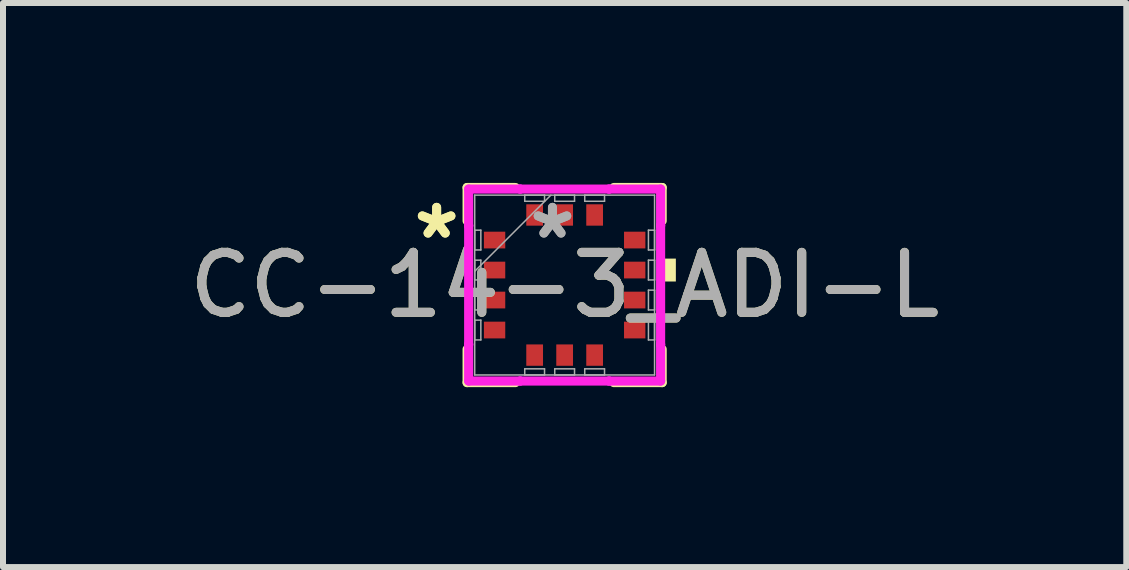
<source format=kicad_pcb>
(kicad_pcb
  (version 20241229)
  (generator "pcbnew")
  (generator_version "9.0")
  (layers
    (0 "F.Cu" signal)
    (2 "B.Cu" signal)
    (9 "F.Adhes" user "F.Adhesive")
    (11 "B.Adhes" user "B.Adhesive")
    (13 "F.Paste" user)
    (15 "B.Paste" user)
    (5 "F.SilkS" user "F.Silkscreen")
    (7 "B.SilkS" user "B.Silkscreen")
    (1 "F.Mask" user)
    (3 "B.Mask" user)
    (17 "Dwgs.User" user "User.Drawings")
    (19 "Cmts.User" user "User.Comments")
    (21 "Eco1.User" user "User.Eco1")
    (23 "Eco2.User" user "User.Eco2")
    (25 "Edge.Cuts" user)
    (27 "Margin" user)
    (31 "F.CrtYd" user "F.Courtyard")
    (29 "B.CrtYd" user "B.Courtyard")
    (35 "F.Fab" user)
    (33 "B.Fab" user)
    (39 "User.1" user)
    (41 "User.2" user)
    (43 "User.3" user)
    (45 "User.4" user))
  (footprint "CC-14-3_ADI-L"
    (layer "F.Cu")
    (at 6.363 1.702)
    (property "Reference" "CC-14-3_ADI-L" (at 0 0 0) (unlocked yes) (layer "F.SilkS") (effects (font (size 1 1) (thickness 0.15))))
    (attr smd)
    (fp_line (start -1.626 -1.626) (end -1.626 -1.07) (stroke (width 0.152) (type solid)) (layer "F.SilkS"))
    (fp_line (start -1.626 1.07) (end -1.626 1.626) (stroke (width 0.152) (type solid)) (layer "F.SilkS"))
    (fp_line (start -1.626 1.626) (end -0.82 1.626) (stroke (width 0.152) (type solid)) (layer "F.SilkS"))
    (fp_line (start -0.82 -1.626) (end -1.626 -1.626) (stroke (width 0.152) (type solid)) (layer "F.SilkS"))
    (fp_line (start 0.82 1.626) (end 1.626 1.626) (stroke (width 0.152) (type solid)) (layer "F.SilkS"))
    (fp_line (start 1.626 -1.626) (end 0.82 -1.626) (stroke (width 0.152) (type solid)) (layer "F.SilkS"))
    (fp_line (start 1.626 -1.07) (end 1.626 -1.626) (stroke (width 0.152) (type solid)) (layer "F.SilkS"))
    (fp_line (start 1.626 1.626) (end 1.626 1.07) (stroke (width 0.152) (type solid)) (layer "F.SilkS"))
    (fp_poly (pts (xy 1.854 -0.441) (xy 1.854 -0.059) (xy 1.6 -0.059) (xy 1.6 -0.441)) (stroke (width 0) (type solid)) (fill yes) (layer "F.SilkS"))
    (fp_line (start -1.6 -1.6) (end -0.741 -1.6) (stroke (width 0.152) (type solid)) (layer "F.CrtYd"))
    (fp_line (start -1.6 -0.991) (end -1.6 -1.6) (stroke (width 0.152) (type solid)) (layer "F.CrtYd"))
    (fp_line (start -1.6 -0.991) (end -1.6 -0.991) (stroke (width 0.152) (type solid)) (layer "F.CrtYd"))
    (fp_line (start -1.6 0.991) (end -1.6 -0.991) (stroke (width 0.152) (type solid)) (layer "F.CrtYd"))
    (fp_line (start -1.6 0.991) (end -1.6 0.991) (stroke (width 0.152) (type solid)) (layer "F.CrtYd"))
    (fp_line (start -1.6 1.6) (end -1.6 0.991) (stroke (width 0.152) (type solid)) (layer "F.CrtYd"))
    (fp_line (start -0.741 -1.6) (end -0.741 -1.6) (stroke (width 0.152) (type solid)) (layer "F.CrtYd"))
    (fp_line (start -0.741 -1.6) (end 0.741 -1.6) (stroke (width 0.152) (type solid)) (layer "F.CrtYd"))
    (fp_line (start -0.741 1.6) (end -1.6 1.6) (stroke (width 0.152) (type solid)) (layer "F.CrtYd"))
    (fp_line (start -0.741 1.6) (end -0.741 1.6) (stroke (width 0.152) (type solid)) (layer "F.CrtYd"))
    (fp_line (start 0.741 -1.6) (end 0.741 -1.6) (stroke (width 0.152) (type solid)) (layer "F.CrtYd"))
    (fp_line (start 0.741 -1.6) (end 1.6 -1.6) (stroke (width 0.152) (type solid)) (layer "F.CrtYd"))
    (fp_line (start 0.741 1.6) (end -0.741 1.6) (stroke (width 0.152) (type solid)) (layer "F.CrtYd"))
    (fp_line (start 0.741 1.6) (end 0.741 1.6) (stroke (width 0.152) (type solid)) (layer "F.CrtYd"))
    (fp_line (start 1.6 -1.6) (end 1.6 -0.991) (stroke (width 0.152) (type solid)) (layer "F.CrtYd"))
    (fp_line (start 1.6 -0.991) (end 1.6 -0.991) (stroke (width 0.152) (type solid)) (layer "F.CrtYd"))
    (fp_line (start 1.6 -0.991) (end 1.6 0.991) (stroke (width 0.152) (type solid)) (layer "F.CrtYd"))
    (fp_line (start 1.6 0.991) (end 1.6 0.991) (stroke (width 0.152) (type solid)) (layer "F.CrtYd"))
    (fp_line (start 1.6 0.991) (end 1.6 1.6) (stroke (width 0.152) (type solid)) (layer "F.CrtYd"))
    (fp_line (start 1.6 1.6) (end 0.741 1.6) (stroke (width 0.152) (type solid)) (layer "F.CrtYd"))
    (fp_line (start -1.499 -1.499) (end -1.499 1.499) (stroke (width 0.025) (type solid)) (layer "F.Fab"))
    (fp_line (start -1.499 -0.915) (end -1.397 -0.915) (stroke (width 0.025) (type solid)) (layer "F.Fab"))
    (fp_line (start -1.499 -0.585) (end -1.499 -0.915) (stroke (width 0.025) (type solid)) (layer "F.Fab"))
    (fp_line (start -1.499 -0.415) (end -1.397 -0.415) (stroke (width 0.025) (type solid)) (layer "F.Fab"))
    (fp_line (start -1.499 -0.229) (end -0.229 -1.499) (stroke (width 0.025) (type solid)) (layer "F.Fab"))
    (fp_line (start -1.499 -0.085) (end -1.499 -0.415) (stroke (width 0.025) (type solid)) (layer "F.Fab"))
    (fp_line (start -1.499 0.085) (end -1.397 0.085) (stroke (width 0.025) (type solid)) (layer "F.Fab"))
    (fp_line (start -1.499 0.415) (end -1.499 0.085) (stroke (width 0.025) (type solid)) (layer "F.Fab"))
    (fp_line (start -1.499 0.585) (end -1.397 0.585) (stroke (width 0.025) (type solid)) (layer "F.Fab"))
    (fp_line (start -1.499 0.915) (end -1.499 0.585) (stroke (width 0.025) (type solid)) (layer "F.Fab"))
    (fp_line (start -1.499 1.499) (end 1.499 1.499) (stroke (width 0.025) (type solid)) (layer "F.Fab"))
    (fp_line (start -1.397 -0.915) (end -1.397 -0.585) (stroke (width 0.025) (type solid)) (layer "F.Fab"))
    (fp_line (start -1.397 -0.585) (end -1.499 -0.585) (stroke (width 0.025) (type solid)) (layer "F.Fab"))
    (fp_line (start -1.397 -0.415) (end -1.397 -0.085) (stroke (width 0.025) (type solid)) (layer "F.Fab"))
    (fp_line (start -1.397 -0.085) (end -1.499 -0.085) (stroke (width 0.025) (type solid)) (layer "F.Fab"))
    (fp_line (start -1.397 0.085) (end -1.397 0.415) (stroke (width 0.025) (type solid)) (layer "F.Fab"))
    (fp_line (start -1.397 0.415) (end -1.499 0.415) (stroke (width 0.025) (type solid)) (layer "F.Fab"))
    (fp_line (start -1.397 0.585) (end -1.397 0.915) (stroke (width 0.025) (type solid)) (layer "F.Fab"))
    (fp_line (start -1.397 0.915) (end -1.499 0.915) (stroke (width 0.025) (type solid)) (layer "F.Fab"))
    (fp_line (start -0.665 -1.499) (end -0.335 -1.499) (stroke (width 0.025) (type solid)) (layer "F.Fab"))
    (fp_line (start -0.665 -1.397) (end -0.665 -1.499) (stroke (width 0.025) (type solid)) (layer "F.Fab"))
    (fp_line (start -0.665 1.397) (end -0.335 1.397) (stroke (width 0.025) (type solid)) (layer "F.Fab"))
    (fp_line (start -0.665 1.499) (end -0.665 1.397) (stroke (width 0.025) (type solid)) (layer "F.Fab"))
    (fp_line (start -0.335 -1.499) (end -0.335 -1.397) (stroke (width 0.025) (type solid)) (layer "F.Fab"))
    (fp_line (start -0.335 -1.397) (end -0.665 -1.397) (stroke (width 0.025) (type solid)) (layer "F.Fab"))
    (fp_line (start -0.335 1.397) (end -0.335 1.499) (stroke (width 0.025) (type solid)) (layer "F.Fab"))
    (fp_line (start -0.335 1.499) (end -0.665 1.499) (stroke (width 0.025) (type solid)) (layer "F.Fab"))
    (fp_line (start -0.165 -1.499) (end 0.165 -1.499) (stroke (width 0.025) (type solid)) (layer "F.Fab"))
    (fp_line (start -0.165 -1.397) (end -0.165 -1.499) (stroke (width 0.025) (type solid)) (layer "F.Fab"))
    (fp_line (start -0.165 1.397) (end 0.165 1.397) (stroke (width 0.025) (type solid)) (layer "F.Fab"))
    (fp_line (start -0.165 1.499) (end -0.165 1.397) (stroke (width 0.025) (type solid)) (layer "F.Fab"))
    (fp_line (start 0.165 -1.499) (end 0.165 -1.397) (stroke (width 0.025) (type solid)) (layer "F.Fab"))
    (fp_line (start 0.165 -1.397) (end -0.165 -1.397) (stroke (width 0.025) (type solid)) (layer "F.Fab"))
    (fp_line (start 0.165 1.397) (end 0.165 1.499) (stroke (width 0.025) (type solid)) (layer "F.Fab"))
    (fp_line (start 0.165 1.499) (end -0.165 1.499) (stroke (width 0.025) (type solid)) (layer "F.Fab"))
    (fp_line (start 0.335 -1.499) (end 0.665 -1.499) (stroke (width 0.025) (type solid)) (layer "F.Fab"))
    (fp_line (start 0.335 -1.397) (end 0.335 -1.499) (stroke (width 0.025) (type solid)) (layer "F.Fab"))
    (fp_line (start 0.335 1.397) (end 0.665 1.397) (stroke (width 0.025) (type solid)) (layer "F.Fab"))
    (fp_line (start 0.335 1.499) (end 0.335 1.397) (stroke (width 0.025) (type solid)) (layer "F.Fab"))
    (fp_line (start 0.665 -1.499) (end 0.665 -1.397) (stroke (width 0.025) (type solid)) (layer "F.Fab"))
    (fp_line (start 0.665 -1.397) (end 0.335 -1.397) (stroke (width 0.025) (type solid)) (layer "F.Fab"))
    (fp_line (start 0.665 1.397) (end 0.665 1.499) (stroke (width 0.025) (type solid)) (layer "F.Fab"))
    (fp_line (start 0.665 1.499) (end 0.335 1.499) (stroke (width 0.025) (type solid)) (layer "F.Fab"))
    (fp_line (start 1.397 -0.915) (end 1.499 -0.915) (stroke (width 0.025) (type solid)) (layer "F.Fab"))
    (fp_line (start 1.397 -0.585) (end 1.397 -0.915) (stroke (width 0.025) (type solid)) (layer "F.Fab"))
    (fp_line (start 1.397 -0.415) (end 1.499 -0.415) (stroke (width 0.025) (type solid)) (layer "F.Fab"))
    (fp_line (start 1.397 -0.085) (end 1.397 -0.415) (stroke (width 0.025) (type solid)) (layer "F.Fab"))
    (fp_line (start 1.397 0.085) (end 1.499 0.085) (stroke (width 0.025) (type solid)) (layer "F.Fab"))
    (fp_line (start 1.397 0.415) (end 1.397 0.085) (stroke (width 0.025) (type solid)) (layer "F.Fab"))
    (fp_line (start 1.397 0.585) (end 1.499 0.585) (stroke (width 0.025) (type solid)) (layer "F.Fab"))
    (fp_line (start 1.397 0.915) (end 1.397 0.585) (stroke (width 0.025) (type solid)) (layer "F.Fab"))
    (fp_line (start 1.499 -1.499) (end -1.499 -1.499) (stroke (width 0.025) (type solid)) (layer "F.Fab"))
    (fp_line (start 1.499 -0.915) (end 1.499 -0.585) (stroke (width 0.025) (type solid)) (layer "F.Fab"))
    (fp_line (start 1.499 -0.585) (end 1.397 -0.585) (stroke (width 0.025) (type solid)) (layer "F.Fab"))
    (fp_line (start 1.499 -0.415) (end 1.499 -0.085) (stroke (width 0.025) (type solid)) (layer "F.Fab"))
    (fp_line (start 1.499 -0.085) (end 1.397 -0.085) (stroke (width 0.025) (type solid)) (layer "F.Fab"))
    (fp_line (start 1.499 0.085) (end 1.499 0.415) (stroke (width 0.025) (type solid)) (layer "F.Fab"))
    (fp_line (start 1.499 0.415) (end 1.397 0.415) (stroke (width 0.025) (type solid)) (layer "F.Fab"))
    (fp_line (start 1.499 0.585) (end 1.499 0.915) (stroke (width 0.025) (type solid)) (layer "F.Fab"))
    (fp_line (start 1.499 0.915) (end 1.397 0.915) (stroke (width 0.025) (type solid)) (layer "F.Fab"))
    (fp_line (start 1.499 1.499) (end 1.499 -1.499) (stroke (width 0.025) (type solid)) (layer "F.Fab"))
    (fp_text user "*" (at -2.134 -0.75 0) (unlocked yes) (layer "F.SilkS") (effects (font (size 1 1) (thickness 0.15))))
    (fp_text user "*" (at -2.134 -0.75 0) (layer "F.SilkS") (effects (font (size 1 1) (thickness 0.15))))
    (fp_text user "${REFERENCE}" (at 0 0 0) (unlocked yes) (layer "F.Fab") (effects (font (size 1 1) (thickness 0.15))))
    (fp_text user "*" (at -0.203 -0.75 0) (unlocked yes) (layer "F.Fab") (effects (font (size 1 1) (thickness 0.15))))
    (fp_text user "*" (at -0.203 -0.75 0) (layer "F.Fab") (effects (font (size 1 1) (thickness 0.15))))
    (pad "1" smd rect (at -1.168 -0.75 90) (size 0.279 0.356) (layers "F.Cu" "F.Mask" "F.Paste"))
    (pad "2" smd rect (at -1.168 -0.25 90) (size 0.279 0.356) (layers "F.Cu" "F.Mask" "F.Paste"))
    (pad "3" smd rect (at -1.168 0.25 90) (size 0.279 0.356) (layers "F.Cu" "F.Mask" "F.Paste"))
    (pad "4" smd rect (at -1.168 0.75 90) (size 0.279 0.356) (layers "F.Cu" "F.Mask" "F.Paste"))
    (pad "5" smd rect (at -0.5 1.168) (size 0.279 0.356) (layers "F.Cu" "F.Mask" "F.Paste"))
    (pad "6" smd rect (at 0 1.168) (size 0.279 0.356) (layers "F.Cu" "F.Mask" "F.Paste"))
    (pad "7" smd rect (at 0.5 1.168) (size 0.279 0.356) (layers "F.Cu" "F.Mask" "F.Paste"))
    (pad "8" smd rect (at 1.168 0.75 90) (size 0.279 0.356) (layers "F.Cu" "F.Mask" "F.Paste"))
    (pad "9" smd rect (at 1.168 0.25 90) (size 0.279 0.356) (layers "F.Cu" "F.Mask" "F.Paste"))
    (pad "10" smd rect (at 1.168 -0.25 90) (size 0.279 0.356) (layers "F.Cu" "F.Mask" "F.Paste"))
    (pad "11" smd rect (at 1.168 -0.75 90) (size 0.279 0.356) (layers "F.Cu" "F.Mask" "F.Paste"))
    (pad "12" smd rect (at 0.5 -1.168) (size 0.279 0.356) (layers "F.Cu" "F.Mask" "F.Paste"))
    (pad "13" smd rect (at 0 -1.168) (size 0.279 0.356) (layers "F.Cu" "F.Mask" "F.Paste"))
    (pad "14" smd rect (at -0.5 -1.168) (size 0.279 0.356) (layers "F.Cu" "F.Mask" "F.Paste")))
  (gr_rect
    (start -3 -3)
    (end 15.726 6.404)
    (stroke (width 0.1) (type default))
    (fill no)
    (layer "Edge.Cuts")))
</source>
